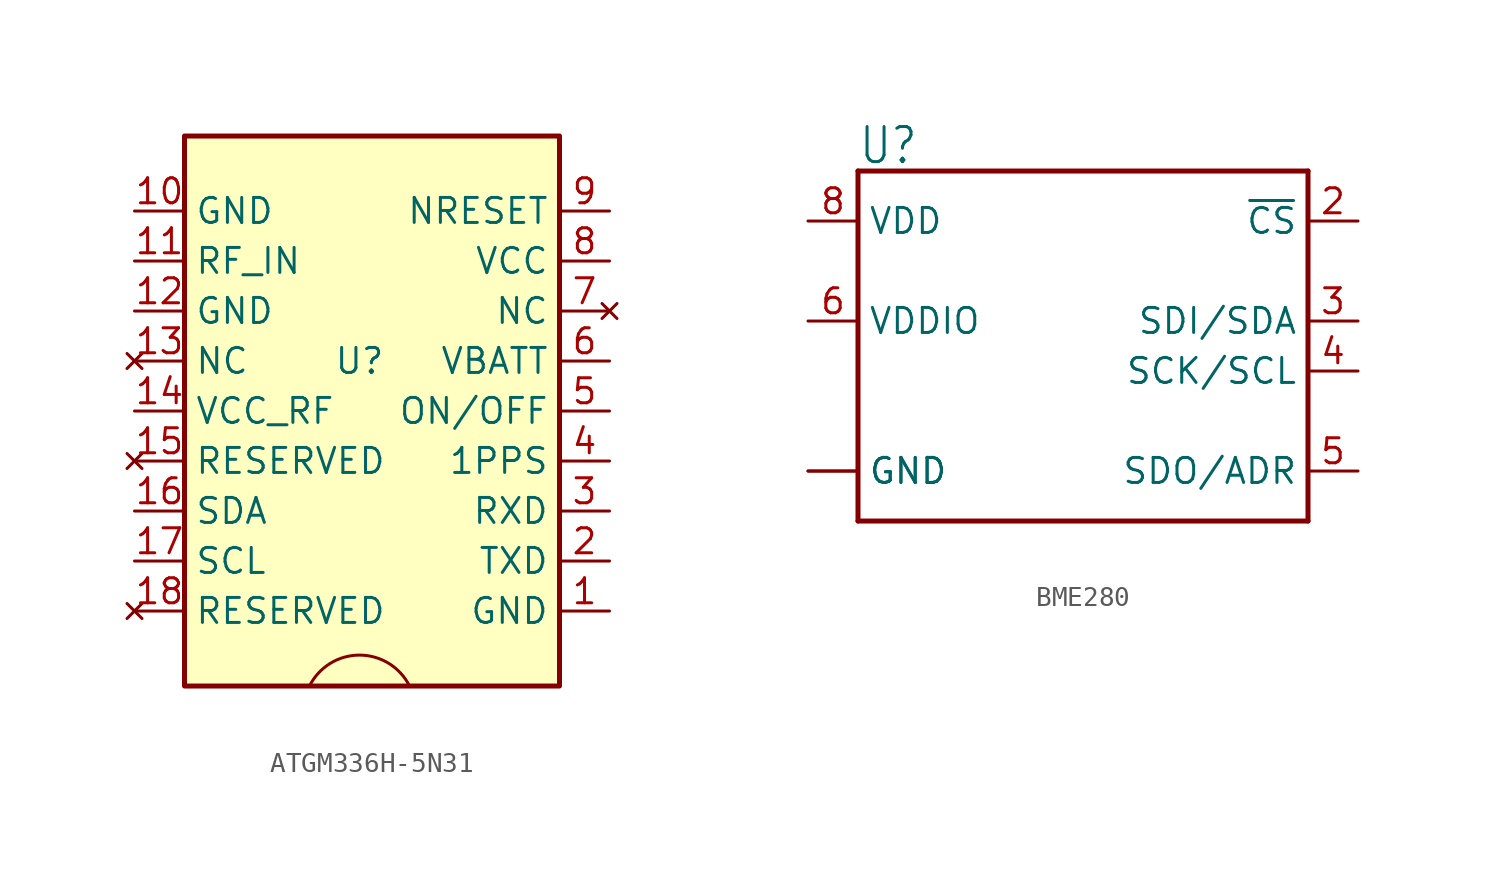
<source format=kicad_sym>
(kicad_symbol_lib
  (version 20241209)
  (generator "kicad_symbol_editor")
  (generator_version "9.0")
  (symbol "ATGM336H-5N31"
    (property "Reference" "U"
      (at 0 0 0)
      (effects (font (size 1.27 1.27))))
    (property "Value" ""
      (at 0 0 0)
      (effects (font (size 1.27 1.27))))
    (symbol "ATGM336H-5N31_0_1"
      (arc (start -2.54 -16.51) (mid 0 -14.9402) (end 2.54 -16.51) (stroke (width 0) (type default)) (fill (type none))))
    (symbol "ATGM336H-5N31_1_1"
      (rectangle (start -8.89 11.43) (end 10.16 -16.51) (stroke (width 0.254) (type default)) (fill (type background)))
      (pin power_in line (at -11.43 7.62 0) (length 2.54) (name "GND" (effects (font (size 1.27 1.27)))) (number "10" (effects (font (size 1.27 1.27)))))
      (pin input line (at -11.43 5.08 0) (length 2.54) (name "RF_IN" (effects (font (size 1.27 1.27)))) (number "11" (effects (font (size 1.27 1.27)))))
      (pin power_in line (at -11.43 2.54 0) (length 2.54) (name "GND" (effects (font (size 1.27 1.27)))) (number "12" (effects (font (size 1.27 1.27)))))
      (pin no_connect line (at -11.43 0 0) (length 2.54) (name "NC" (effects (font (size 1.27 1.27)))) (number "13" (effects (font (size 1.27 1.27)))))
      (pin power_out line (at -11.43 -2.54 0) (length 2.54) (name "VCC_RF" (effects (font (size 1.27 1.27)))) (number "14" (effects (font (size 1.27 1.27)))))
      (pin no_connect line (at -11.43 -5.08 0) (length 2.54) (name "RESERVED" (effects (font (size 1.27 1.27)))) (number "15" (effects (font (size 1.27 1.27)))))
      (pin bidirectional line (at -11.43 -7.62 0) (length 2.54) (name "SDA" (effects (font (size 1.27 1.27)))) (number "16" (effects (font (size 1.27 1.27)))))
      (pin bidirectional line (at -11.43 -10.16 0) (length 2.54) (name "SCL" (effects (font (size 1.27 1.27)))) (number "17" (effects (font (size 1.27 1.27)))))
      (pin no_connect line (at -11.43 -12.7 0) (length 2.54) (name "RESERVED" (effects (font (size 1.27 1.27)))) (number "18" (effects (font (size 1.27 1.27)))))
      (pin input line (at 12.7 7.62 180) (length 2.54) (name "NRESET" (effects (font (size 1.27 1.27)))) (number "9" (effects (font (size 1.27 1.27)))))
      (pin power_in line (at 12.7 5.08 180) (length 2.54) (name "VCC" (effects (font (size 1.27 1.27)))) (number "8" (effects (font (size 1.27 1.27)))))
      (pin no_connect line (at 12.7 2.54 180) (length 2.54) (name "NC" (effects (font (size 1.27 1.27)))) (number "7" (effects (font (size 1.27 1.27)))))
      (pin power_in line (at 12.7 0 180) (length 2.54) (name "VBATT" (effects (font (size 1.27 1.27)))) (number "6" (effects (font (size 1.27 1.27)))))
      (pin input line (at 12.7 -2.54 180) (length 2.54) (name "ON/OFF" (effects (font (size 1.27 1.27)))) (number "5" (effects (font (size 1.27 1.27)))))
      (pin output line (at 12.7 -5.08 180) (length 2.54) (name "1PPS" (effects (font (size 1.27 1.27)))) (number "4" (effects (font (size 1.27 1.27)))))
      (pin output line (at 12.7 -7.62 180) (length 2.54) (name "RXD" (effects (font (size 1.27 1.27)))) (number "3" (effects (font (size 1.27 1.27)))))
      (pin output line (at 12.7 -10.16 180) (length 2.54) (name "TXD" (effects (font (size 1.27 1.27)))) (number "2" (effects (font (size 1.27 1.27)))))
      (pin power_in line (at 12.7 -12.7 180) (length 2.54) (name "GND" (effects (font (size 1.27 1.27)))) (number "1" (effects (font (size 1.27 1.27)))))))
  (symbol "BME280"
    (property "Reference" "U"
      (at -10.16 7.874 0)
      (effects (font (size 1.778 1.511)) (justify left bottom)))
    (property "Value" ""
      (at -10.16 -10.414 0)
      (effects (font (size 1.778 1.511)) (justify left top)))
    (property "ki_locked" ""
      (at 0 0 0)
      (effects (font (size 1.27 1.27))))
    (symbol "BME280_1_0"
      (polyline (pts (xy -10.16 7.62) (xy 12.7 7.62)) (stroke (width 0.254) (type solid)) (fill (type none)))
      (polyline (pts (xy -10.16 -10.16) (xy -10.16 7.62)) (stroke (width 0.254) (type solid)) (fill (type none)))
      (polyline (pts (xy 12.7 7.62) (xy 12.7 -10.16)) (stroke (width 0.254) (type solid)) (fill (type none)))
      (polyline (pts (xy 12.7 -10.16) (xy -10.16 -10.16)) (stroke (width 0.254) (type solid)) (fill (type none)))
      (pin bidirectional line (at -12.7 5.08 0) (length 2.54) (name "VDD" (effects (font (size 1.27 1.27)))) (number "8" (effects (font (size 1.27 1.27)))))
      (pin bidirectional line (at -12.7 0 0) (length 2.54) (name "VDDIO" (effects (font (size 1.27 1.27)))) (number "6" (effects (font (size 1.27 1.27)))))
      (pin bidirectional line (at -12.7 -7.62 0) (length 2.54) (name "GND" (effects (font (size 1.27 1.27)))) (number "1" (effects (font (size 0 0)))))
      (pin bidirectional line (at -12.7 -7.62 0) (length 2.54) (name "GND" (effects (font (size 1.27 1.27)))) (number "7" (effects (font (size 0 0)))))
      (pin bidirectional line (at 15.24 5.08 180) (length 2.54) (name "~{CS}" (effects (font (size 1.27 1.27)))) (number "2" (effects (font (size 1.27 1.27)))))
      (pin bidirectional line (at 15.24 0 180) (length 2.54) (name "SDI/SDA" (effects (font (size 1.27 1.27)))) (number "3" (effects (font (size 1.27 1.27)))))
      (pin bidirectional line (at 15.24 -2.54 180) (length 2.54) (name "SCK/SCL" (effects (font (size 1.27 1.27)))) (number "4" (effects (font (size 1.27 1.27)))))
      (pin bidirectional line (at 15.24 -7.62 180) (length 2.54) (name "SDO/ADR" (effects (font (size 1.27 1.27)))) (number "5" (effects (font (size 1.27 1.27))))))))
</source>
